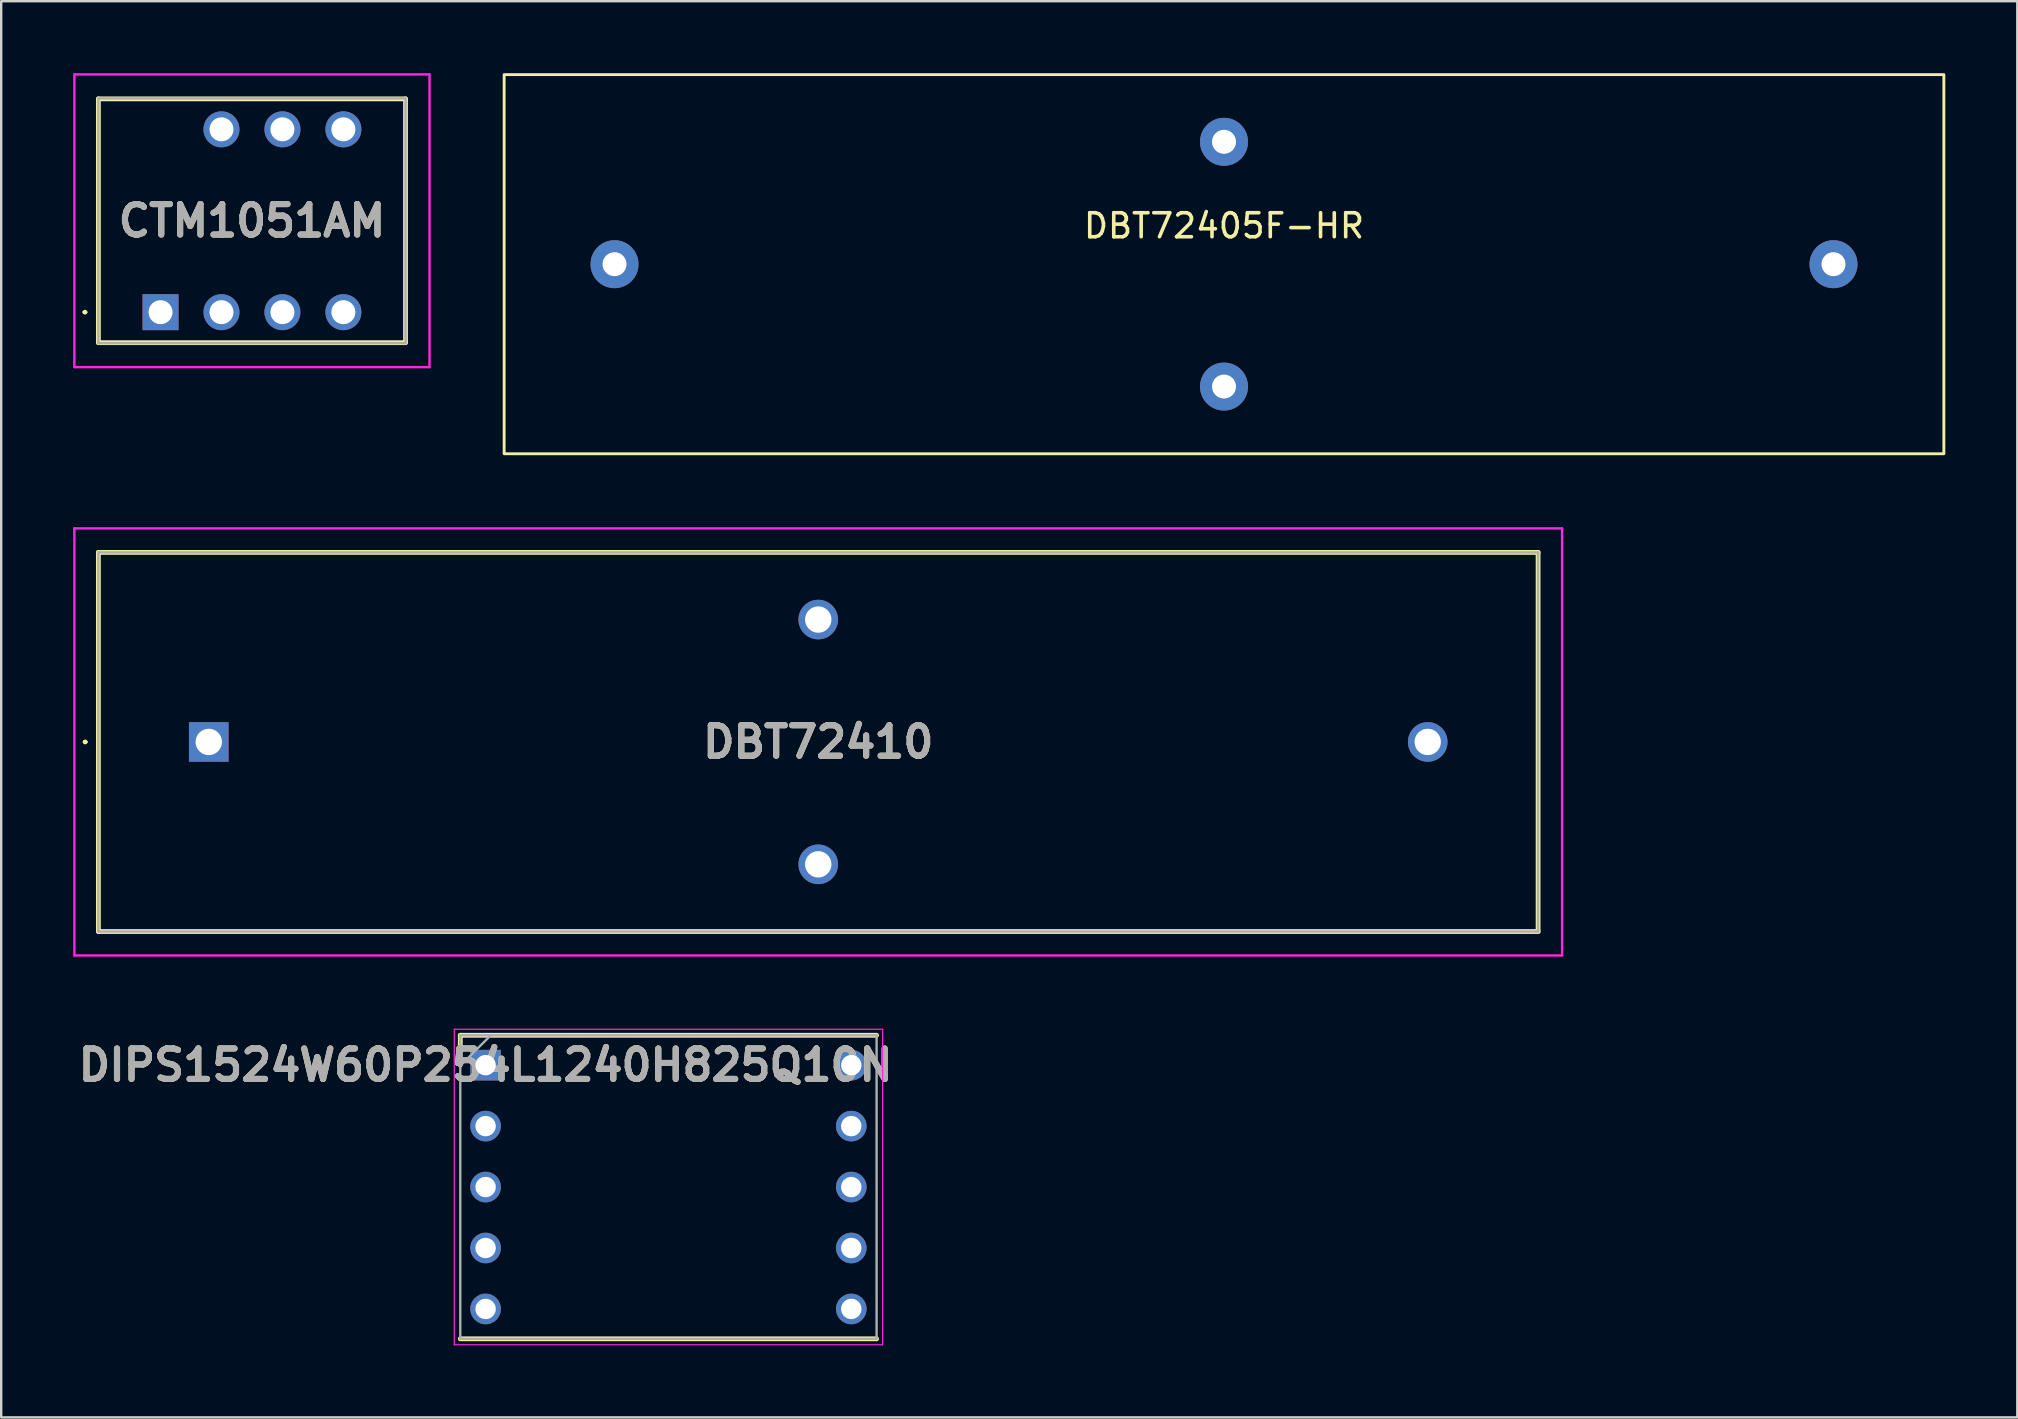
<source format=kicad_pcb>
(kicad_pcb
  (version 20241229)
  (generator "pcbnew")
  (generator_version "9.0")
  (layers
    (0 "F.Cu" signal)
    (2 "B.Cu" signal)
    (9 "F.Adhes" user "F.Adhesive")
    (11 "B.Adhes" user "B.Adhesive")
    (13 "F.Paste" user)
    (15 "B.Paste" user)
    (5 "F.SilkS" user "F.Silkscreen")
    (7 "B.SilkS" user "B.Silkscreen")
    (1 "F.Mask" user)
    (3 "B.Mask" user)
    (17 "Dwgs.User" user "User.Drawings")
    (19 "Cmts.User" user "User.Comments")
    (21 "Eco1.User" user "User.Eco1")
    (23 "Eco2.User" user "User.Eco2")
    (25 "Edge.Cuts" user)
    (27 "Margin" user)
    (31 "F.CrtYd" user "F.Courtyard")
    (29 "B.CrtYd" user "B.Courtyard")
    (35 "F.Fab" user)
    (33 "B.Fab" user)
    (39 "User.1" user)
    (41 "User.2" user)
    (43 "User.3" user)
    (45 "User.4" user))
  (footprint "CTM1051AM"
    (layer "F.Cu")
    (at 3.64 9.96)
    (property "Reference" "CTM1051AM" (at 3.81 -3.81 0) (layer "F.SilkS") (effects (font (size 1.27 1.27) (thickness 0.254))))
    (attr through_hole)
    (fp_line (start -3.2 0) (end -3.2 0) (stroke (width 0.1) (type solid)) (layer "F.SilkS"))
    (fp_line (start -3.1 0) (end -3.1 0) (stroke (width 0.1) (type solid)) (layer "F.SilkS"))
    (fp_line (start -2.59 -8.89) (end 10.21 -8.89) (stroke (width 0.2) (type solid)) (layer "F.SilkS"))
    (fp_line (start -2.59 1.27) (end -2.59 -8.89) (stroke (width 0.2) (type solid)) (layer "F.SilkS"))
    (fp_line (start 10.21 -8.89) (end 10.21 1.27) (stroke (width 0.2) (type solid)) (layer "F.SilkS"))
    (fp_line (start 10.21 1.27) (end -2.59 1.27) (stroke (width 0.2) (type solid)) (layer "F.SilkS"))
    (fp_arc (start -3.2 0) (mid -3.15 -0.05) (end -3.1 0) (stroke (width 0.1) (type solid)) (layer "F.SilkS"))
    (fp_arc (start -3.1 0) (mid -3.15 0.05) (end -3.2 0) (stroke (width 0.1) (type solid)) (layer "F.SilkS"))
    (fp_line (start -3.59 -9.91) (end 11.21 -9.91) (stroke (width 0.1) (type solid)) (layer "F.CrtYd"))
    (fp_line (start -3.59 2.29) (end -3.59 -9.91) (stroke (width 0.1) (type solid)) (layer "F.CrtYd"))
    (fp_line (start 11.21 -9.91) (end 11.21 2.29) (stroke (width 0.1) (type solid)) (layer "F.CrtYd"))
    (fp_line (start 11.21 2.29) (end -3.59 2.29) (stroke (width 0.1) (type solid)) (layer "F.CrtYd"))
    (fp_line (start -2.59 -8.91) (end 10.21 -8.91) (stroke (width 0.1) (type solid)) (layer "F.Fab"))
    (fp_line (start -2.59 1.29) (end -2.59 -8.91) (stroke (width 0.1) (type solid)) (layer "F.Fab"))
    (fp_line (start 10.21 -8.91) (end 10.21 1.29) (stroke (width 0.1) (type solid)) (layer "F.Fab"))
    (fp_line (start 10.21 1.29) (end -2.59 1.29) (stroke (width 0.1) (type solid)) (layer "F.Fab"))
    (fp_text user "${REFERENCE}" (at 3.81 -3.81 0) (layer "F.Fab") (effects (font (size 1.27 1.27) (thickness 0.254))))
    (pad "1" thru_hole rect (at 0 0) (size 1.5 1.5) (drill 1) (layers "*.Cu" "*.Mask"))
    (pad "2" thru_hole circle (at 2.54 0) (size 1.5 1.5) (drill 1) (layers "*.Cu" "*.Mask"))
    (pad "3" thru_hole circle (at 5.08 0) (size 1.5 1.5) (drill 1) (layers "*.Cu" "*.Mask"))
    (pad "4" thru_hole circle (at 7.62 0) (size 1.5 1.5) (drill 1) (layers "*.Cu" "*.Mask"))
    (pad "5" thru_hole circle (at 7.62 -7.62) (size 1.5 1.5) (drill 1) (layers "*.Cu" "*.Mask"))
    (pad "6" thru_hole circle (at 5.08 -7.62) (size 1.5 1.5) (drill 1) (layers "*.Cu" "*.Mask"))
    (pad "7" thru_hole circle (at 2.54 -7.62) (size 1.5 1.5) (drill 1) (layers "*.Cu" "*.Mask")))
  (footprint "DBT72410"
    (layer "F.Cu")
    (at 5.65 27.87)
    (property "Reference" "DBT72410" (at 25.4 0 0) (layer "F.SilkS") (effects (font (size 1.27 1.27) (thickness 0.254))))
    (attr through_hole)
    (fp_line (start -5.2 0) (end -5.2 0) (stroke (width 0.1) (type solid)) (layer "F.SilkS"))
    (fp_line (start -5.1 0) (end -5.1 0) (stroke (width 0.1) (type solid)) (layer "F.SilkS"))
    (fp_line (start -4.6 -7.9) (end -4.6 7.9) (stroke (width 0.2) (type solid)) (layer "F.SilkS"))
    (fp_line (start -4.6 7.9) (end 55.4 7.9) (stroke (width 0.2) (type solid)) (layer "F.SilkS"))
    (fp_line (start 55.4 -7.9) (end -4.6 -7.9) (stroke (width 0.2) (type solid)) (layer "F.SilkS"))
    (fp_line (start 55.4 7.9) (end 55.4 -7.9) (stroke (width 0.2) (type solid)) (layer "F.SilkS"))
    (fp_arc (start -5.2 0) (mid -5.15 -0.05) (end -5.1 0) (stroke (width 0.1) (type solid)) (layer "F.SilkS"))
    (fp_arc (start -5.1 0) (mid -5.15 0.05) (end -5.2 0) (stroke (width 0.1) (type solid)) (layer "F.SilkS"))
    (fp_line (start -5.6 -8.9) (end -5.6 8.9) (stroke (width 0.1) (type solid)) (layer "F.CrtYd"))
    (fp_line (start -5.6 8.9) (end 56.4 8.9) (stroke (width 0.1) (type solid)) (layer "F.CrtYd"))
    (fp_line (start 56.4 -8.9) (end -5.6 -8.9) (stroke (width 0.1) (type solid)) (layer "F.CrtYd"))
    (fp_line (start 56.4 8.9) (end 56.4 -8.9) (stroke (width 0.1) (type solid)) (layer "F.CrtYd"))
    (fp_line (start -4.6 -7.9) (end -4.6 7.9) (stroke (width 0.1) (type solid)) (layer "F.Fab"))
    (fp_line (start -4.6 7.9) (end 55.4 7.9) (stroke (width 0.1) (type solid)) (layer "F.Fab"))
    (fp_line (start 55.4 -7.9) (end -4.6 -7.9) (stroke (width 0.1) (type solid)) (layer "F.Fab"))
    (fp_line (start 55.4 7.9) (end 55.4 -7.9) (stroke (width 0.1) (type solid)) (layer "F.Fab"))
    (fp_text user "${REFERENCE}" (at 25.4 0 0) (layer "F.Fab") (effects (font (size 1.27 1.27) (thickness 0.254))))
    (pad "1" thru_hole rect (at 0 0) (size 1.65 1.65) (drill 1.1) (layers "*.Cu" "*.Mask"))
    (pad "2" thru_hole circle (at 50.8 0) (size 1.65 1.65) (drill 1.1) (layers "*.Cu" "*.Mask"))
    (pad "3" thru_hole circle (at 25.4 5.1) (size 1.65 1.65) (drill 1.1) (layers "*.Cu" "*.Mask"))
    (pad "4" thru_hole circle (at 25.4 -5.1) (size 1.65 1.65) (drill 1.1) (layers "*.Cu" "*.Mask")))
  (footprint "DBT72405F-HR"
    (layer "F.Cu")
    (at 47.96 7.96)
    (property "Reference" "DBT72405F-HR" (at 0 -1.6 0) (unlocked yes) (layer "F.SilkS") (effects (font (size 1 1) (thickness 0.15))))
    (attr through_hole)
    (fp_rect (start -30 -7.9) (end 30 7.9) (stroke (width 0.12) (type solid)) (fill no) (layer "F.SilkS"))
    (pad "1" thru_hole circle (at -25.4 0) (size 2 2) (drill 1) (layers "*.Cu" "*.Mask"))
    (pad "2" thru_hole circle (at 25.4 0) (size 2 2) (drill 1) (layers "*.Cu" "*.Mask"))
    (pad "3" thru_hole circle (at 0 -5.1) (size 2 2) (drill 1) (layers "*.Cu" "*.Mask"))
    (pad "4" thru_hole circle (at 0 5.1) (size 2 2) (drill 1) (layers "*.Cu" "*.Mask")))
  (footprint "DIPS1524W60P254L1240H825Q10N"
    (layer "F.Cu")
    (at 17.187 41.34)
    (property "Reference" "DIPS1524W60P254L1240H825Q10N" (at 0 0 0) (layer "F.SilkS") (effects (font (size 1.27 1.27) (thickness 0.254))))
    (attr through_hole)
    (fp_line (start -1.055 -1.245) (end -1.055 0) (stroke (width 0.2) (type solid)) (layer "F.SilkS"))
    (fp_line (start -1.055 11.405) (end 16.295 11.405) (stroke (width 0.2) (type solid)) (layer "F.SilkS"))
    (fp_line (start 16.295 -1.245) (end -1.055 -1.245) (stroke (width 0.2) (type solid)) (layer "F.SilkS"))
    (fp_line (start -1.305 -1.495) (end 16.545 -1.495) (stroke (width 0.05) (type solid)) (layer "F.CrtYd"))
    (fp_line (start -1.305 11.655) (end -1.305 -1.495) (stroke (width 0.05) (type solid)) (layer "F.CrtYd"))
    (fp_line (start 16.545 -1.495) (end 16.545 11.655) (stroke (width 0.05) (type solid)) (layer "F.CrtYd"))
    (fp_line (start 16.545 11.655) (end -1.305 11.655) (stroke (width 0.05) (type solid)) (layer "F.CrtYd"))
    (fp_line (start -1.055 -1.245) (end 16.295 -1.245) (stroke (width 0.1) (type solid)) (layer "F.Fab"))
    (fp_line (start -1.055 0.025) (end 0.215 -1.245) (stroke (width 0.1) (type solid)) (layer "F.Fab"))
    (fp_line (start -1.055 11.405) (end -1.055 -1.245) (stroke (width 0.1) (type solid)) (layer "F.Fab"))
    (fp_line (start 16.295 -1.245) (end 16.295 11.405) (stroke (width 0.1) (type solid)) (layer "F.Fab"))
    (fp_line (start 16.295 11.405) (end -1.055 11.405) (stroke (width 0.1) (type solid)) (layer "F.Fab"))
    (fp_text user "${REFERENCE}" (at 0 0 0) (layer "F.Fab") (effects (font (size 1.27 1.27) (thickness 0.254))))
    (pad "1" thru_hole rect (at 0 0) (size 1.275 1.275) (drill 0.85) (layers "*.Cu" "*.Mask"))
    (pad "2" thru_hole circle (at 0 2.54) (size 1.275 1.275) (drill 0.85) (layers "*.Cu" "*.Mask"))
    (pad "3" thru_hole circle (at 0 5.08) (size 1.275 1.275) (drill 0.85) (layers "*.Cu" "*.Mask"))
    (pad "4" thru_hole circle (at 0 7.62) (size 1.275 1.275) (drill 0.85) (layers "*.Cu" "*.Mask"))
    (pad "5" thru_hole circle (at 0 10.16) (size 1.275 1.275) (drill 0.85) (layers "*.Cu" "*.Mask"))
    (pad "6" thru_hole circle (at 15.24 10.16) (size 1.275 1.275) (drill 0.85) (layers "*.Cu" "*.Mask"))
    (pad "7" thru_hole circle (at 15.24 7.62) (size 1.275 1.275) (drill 0.85) (layers "*.Cu" "*.Mask"))
    (pad "8" thru_hole circle (at 15.24 5.08) (size 1.275 1.275) (drill 0.85) (layers "*.Cu" "*.Mask"))
    (pad "9" thru_hole circle (at 15.24 2.54) (size 1.275 1.275) (drill 0.85) (layers "*.Cu" "*.Mask"))
    (pad "10" thru_hole circle (at 15.24 0) (size 1.275 1.275) (drill 0.85) (layers "*.Cu" "*.Mask")))
  (gr_rect
    (start -3 -3)
    (end 81.02 56.02)
    (stroke (width 0.1) (type default))
    (fill no)
    (layer "Edge.Cuts")))
</source>
